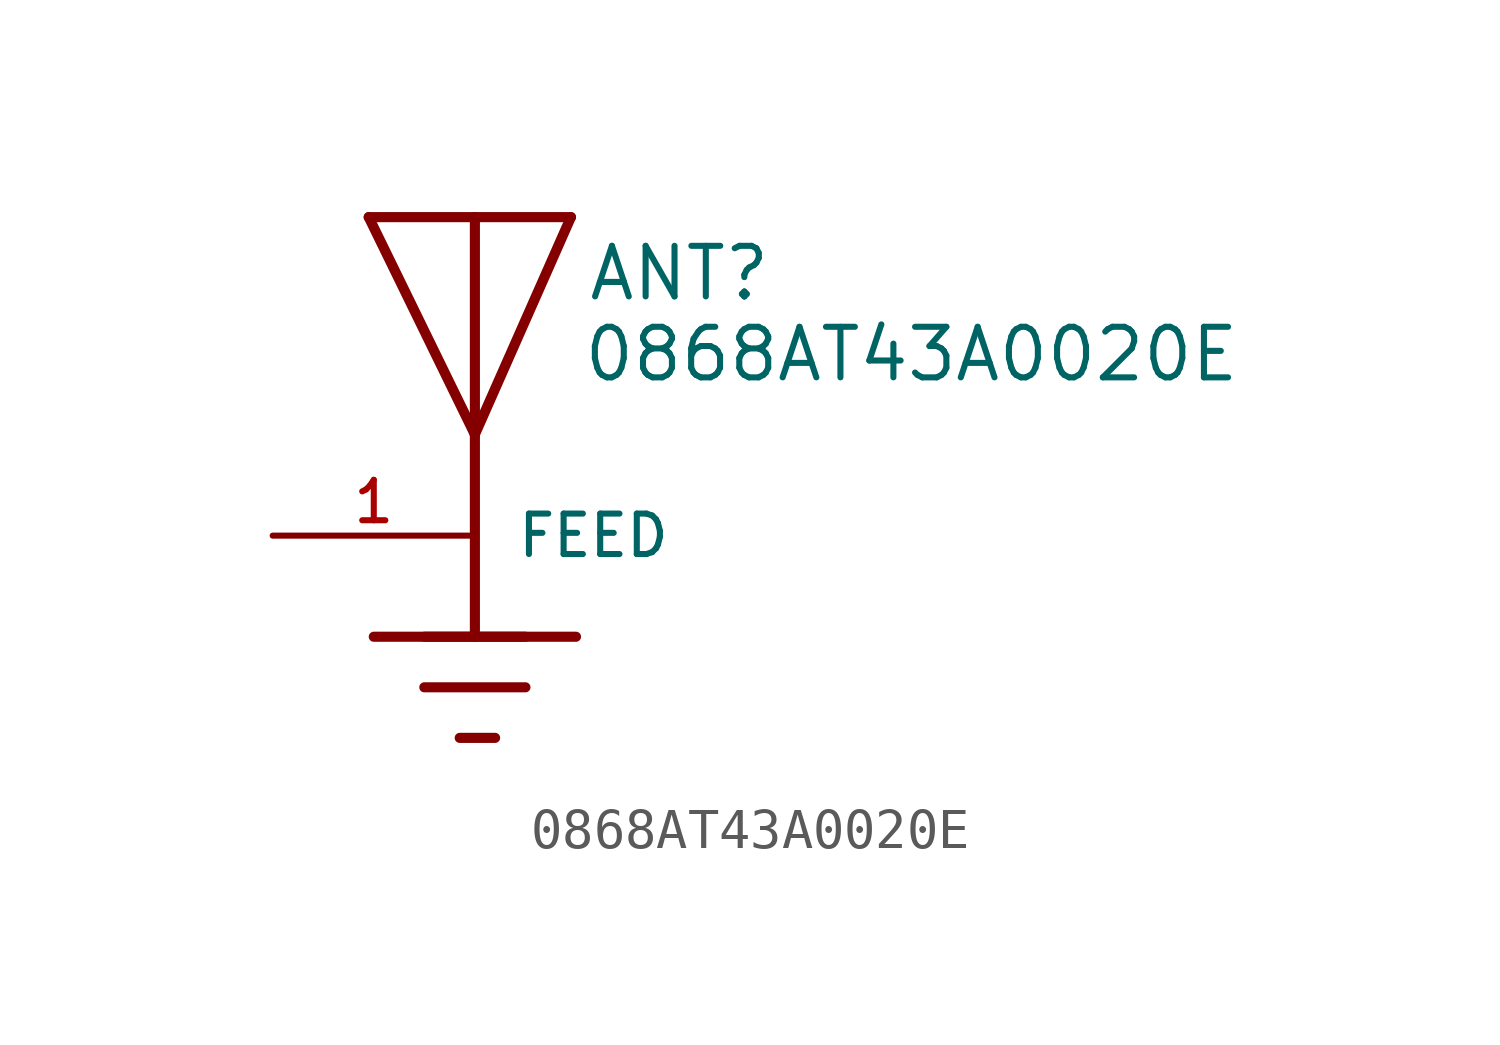
<source format=kicad_sym>
(kicad_symbol_lib
  (version 20211014)
  (generator kicad_symbol_editor)
  (symbol "0868AT43A0020E"
    (pin_names
      (offset 1.016))
    (property "Reference" "ANT"
      (at 2.798 3.307 0)
      (effects (font (size 1.27 1.27)) (justify bottom left)))
    (property "Value" "0868AT43A0020E"
      (at 2.672 1.273 0)
      (effects (font (size 1.27 1.27)) (justify bottom left)))
    (symbol "0868AT43A0020E_0_0"
      (polyline (pts (xy -2.667 5.461) (xy 0.0 5.461)) (stroke (width 0.254)))
      (polyline (pts (xy 0.0 5.461) (xy 2.413 5.461)) (stroke (width 0.254)))
      (polyline (pts (xy 2.413 5.461) (xy 0.0 0.0)) (stroke (width 0.254)))
      (polyline (pts (xy 0.0 0.0) (xy -2.667 5.461)) (stroke (width 0.254)))
      (polyline (pts (xy 0.0 5.461) (xy 0.0 0.0)) (stroke (width 0.254)))
      (polyline (pts (xy 0.0 0.0) (xy 0.0 -5.08)) (stroke (width 0.254)))
      (polyline (pts (xy 0.0 -5.08) (xy -1.27 -5.08)) (stroke (width 0.254)))
      (polyline (pts (xy 0.0 -5.08) (xy 1.27 -5.08)) (stroke (width 0.254)))
      (polyline (pts (xy -2.54 -5.08) (xy 2.54 -5.08)) (stroke (width 0.254)))
      (polyline (pts (xy -1.27 -6.35) (xy 1.27 -6.35)) (stroke (width 0.254)))
      (polyline (pts (xy -0.381 -7.62) (xy 0.508 -7.62)) (stroke (width 0.254)))
      (pin input line (at -5.08 -2.54 0) (length 5.08) (name "FEED" (effects (font (size 1.016 1.016)))) (number "1" (effects (font (size 1.016 1.016))))))))
</source>
